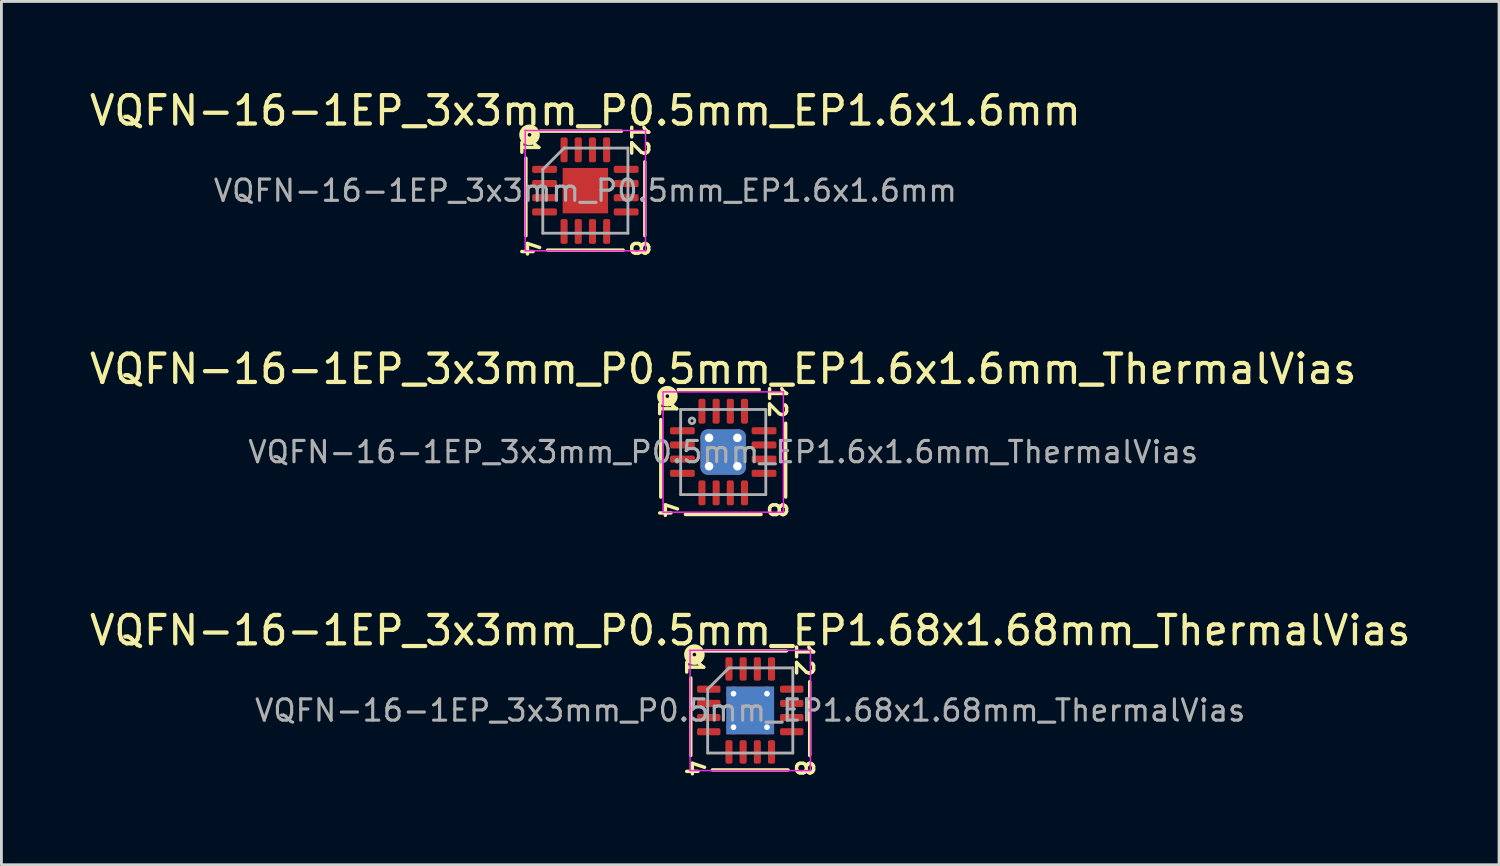
<source format=kicad_pcb>
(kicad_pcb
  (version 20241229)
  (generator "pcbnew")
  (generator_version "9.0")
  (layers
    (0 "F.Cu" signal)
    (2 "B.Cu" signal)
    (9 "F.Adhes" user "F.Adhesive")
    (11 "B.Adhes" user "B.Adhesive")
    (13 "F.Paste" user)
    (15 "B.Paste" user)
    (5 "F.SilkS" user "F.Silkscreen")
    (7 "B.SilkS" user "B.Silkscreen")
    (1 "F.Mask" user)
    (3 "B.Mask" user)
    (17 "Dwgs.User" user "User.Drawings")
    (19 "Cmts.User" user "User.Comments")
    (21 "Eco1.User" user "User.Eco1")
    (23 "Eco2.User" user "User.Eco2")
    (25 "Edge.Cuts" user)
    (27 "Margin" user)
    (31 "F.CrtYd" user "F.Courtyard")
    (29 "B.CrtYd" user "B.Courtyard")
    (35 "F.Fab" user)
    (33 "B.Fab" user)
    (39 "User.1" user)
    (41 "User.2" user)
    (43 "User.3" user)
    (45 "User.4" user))
  (footprint "VQFN-16-1EP_3x3mm_P0.5mm_EP1.6x1.6mm"
    (layer "F.Cu")
    (at 17.577 3.668)
    (property "Reference" "VQFN-16-1EP_3x3mm_P0.5mm_EP1.6x1.6mm" (at 0 -2.82 0) (layer "F.SilkS") (effects (font (size 1 1) (thickness 0.15))))
    (attr smd)
    (fp_line (start -2.095 1.587) (end -2.095 -1.143) (stroke (width 0.12) (type solid)) (layer "F.SilkS"))
    (fp_line (start -1.587 -2.095) (end 1.27 -2.095) (stroke (width 0.12) (type solid)) (layer "F.SilkS"))
    (fp_line (start 1.333 2.095) (end -1.333 2.095) (stroke (width 0.12) (type solid)) (layer "F.SilkS"))
    (fp_line (start 2.095 -1.016) (end 2.095 1.587) (stroke (width 0.12) (type solid)) (layer "F.SilkS"))
    (fp_circle (center -1.968 -1.968) (end -1.905 -1.968) (stroke (width 0.3) (type solid)) (fill no) (layer "F.SilkS"))
    (fp_line (start -2.12 -2.12) (end -2.12 2.12) (stroke (width 0.05) (type solid)) (layer "F.CrtYd"))
    (fp_line (start -2.12 2.12) (end 2.12 2.12) (stroke (width 0.05) (type solid)) (layer "F.CrtYd"))
    (fp_line (start 2.12 -2.12) (end -2.12 -2.12) (stroke (width 0.05) (type solid)) (layer "F.CrtYd"))
    (fp_line (start 2.12 2.12) (end 2.12 -2.12) (stroke (width 0.05) (type solid)) (layer "F.CrtYd"))
    (fp_line (start -1.5 -0.75) (end -0.75 -1.5) (stroke (width 0.1) (type solid)) (layer "F.Fab"))
    (fp_line (start -1.5 1.5) (end -1.5 -0.75) (stroke (width 0.1) (type solid)) (layer "F.Fab"))
    (fp_line (start -0.75 -1.5) (end 1.5 -1.5) (stroke (width 0.1) (type solid)) (layer "F.Fab"))
    (fp_line (start 1.5 -1.5) (end 1.5 1.5) (stroke (width 0.1) (type solid)) (layer "F.Fab"))
    (fp_line (start 1.5 1.5) (end -1.5 1.5) (stroke (width 0.1) (type solid)) (layer "F.Fab"))
    (fp_text user "4" (at -1.968 2.032 270) (unlocked yes) (layer "F.SilkS") (effects (font (size 0.6 0.6) (thickness 0.12))))
    (fp_text user "12" (at 1.905 -1.778 270) (unlocked yes) (layer "F.SilkS") (effects (font (size 0.6 0.6) (thickness 0.12))))
    (fp_text user "1" (at -1.968 -1.524 270) (unlocked yes) (layer "F.SilkS") (effects (font (size 0.6 0.6) (thickness 0.12))))
    (fp_text user "8" (at 1.905 2.032 270) (unlocked yes) (layer "F.SilkS") (effects (font (size 0.6 0.6) (thickness 0.12))))
    (fp_text user "${REFERENCE}" (at 0 0 0) (layer "F.Fab") (effects (font (size 0.75 0.75) (thickness 0.11))))
    (pad "" smd roundrect (at -0.4 -0.4) (size 0.64 0.64) (layers "F.Paste") (roundrect_rratio 0.25))
    (pad "" smd roundrect (at -0.4 0.4) (size 0.64 0.64) (layers "F.Paste") (roundrect_rratio 0.25))
    (pad "" smd roundrect (at 0.4 -0.4) (size 0.64 0.64) (layers "F.Paste") (roundrect_rratio 0.25))
    (pad "" smd roundrect (at 0.4 0.4) (size 0.64 0.64) (layers "F.Paste") (roundrect_rratio 0.25))
    (pad "1" smd roundrect (at -1.438 -0.75) (size 0.875 0.25) (layers "F.Cu" "F.Mask" "F.Paste") (roundrect_rratio 0.25))
    (pad "2" smd roundrect (at -1.438 -0.25) (size 0.875 0.25) (layers "F.Cu" "F.Mask" "F.Paste") (roundrect_rratio 0.25))
    (pad "3" smd roundrect (at -1.438 0.25) (size 0.875 0.25) (layers "F.Cu" "F.Mask" "F.Paste") (roundrect_rratio 0.25))
    (pad "4" smd roundrect (at -1.438 0.75) (size 0.875 0.25) (layers "F.Cu" "F.Mask" "F.Paste") (roundrect_rratio 0.25))
    (pad "5" smd roundrect (at -0.75 1.438) (size 0.25 0.875) (layers "F.Cu" "F.Mask" "F.Paste") (roundrect_rratio 0.25))
    (pad "6" smd roundrect (at -0.25 1.438) (size 0.25 0.875) (layers "F.Cu" "F.Mask" "F.Paste") (roundrect_rratio 0.25))
    (pad "7" smd roundrect (at 0.25 1.438) (size 0.25 0.875) (layers "F.Cu" "F.Mask" "F.Paste") (roundrect_rratio 0.25))
    (pad "8" smd roundrect (at 0.75 1.438) (size 0.25 0.875) (layers "F.Cu" "F.Mask" "F.Paste") (roundrect_rratio 0.25))
    (pad "9" smd roundrect (at 1.438 0.75) (size 0.875 0.25) (layers "F.Cu" "F.Mask" "F.Paste") (roundrect_rratio 0.25))
    (pad "10" smd roundrect (at 1.438 0.25) (size 0.875 0.25) (layers "F.Cu" "F.Mask" "F.Paste") (roundrect_rratio 0.25))
    (pad "11" smd roundrect (at 1.438 -0.25) (size 0.875 0.25) (layers "F.Cu" "F.Mask" "F.Paste") (roundrect_rratio 0.25))
    (pad "12" smd roundrect (at 1.438 -0.75) (size 0.875 0.25) (layers "F.Cu" "F.Mask" "F.Paste") (roundrect_rratio 0.25))
    (pad "13" smd roundrect (at 0.75 -1.438) (size 0.25 0.875) (layers "F.Cu" "F.Mask" "F.Paste") (roundrect_rratio 0.25))
    (pad "14" smd roundrect (at 0.25 -1.438) (size 0.25 0.875) (layers "F.Cu" "F.Mask" "F.Paste") (roundrect_rratio 0.25))
    (pad "15" smd roundrect (at -0.25 -1.438) (size 0.25 0.875) (layers "F.Cu" "F.Mask" "F.Paste") (roundrect_rratio 0.25))
    (pad "16" smd roundrect (at -0.75 -1.438) (size 0.25 0.875) (layers "F.Cu" "F.Mask" "F.Paste") (roundrect_rratio 0.25))
    (pad "17" smd rect (at 0 0) (size 1.6 1.6) (layers "F.Cu" "F.Mask")))
  (footprint "VQFN-16-1EP_3x3mm_P0.5mm_EP1.68x1.68mm_ThermalVias"
    (layer "F.Cu")
    (at 23.387 21.985)
    (property "Reference" "VQFN-16-1EP_3x3mm_P0.5mm_EP1.68x1.68mm_ThermalVias" (at 0 -2.82 0) (layer "F.SilkS") (effects (font (size 1 1) (thickness 0.15))))
    (attr smd)
    (fp_line (start -2.095 1.587) (end -2.095 -1.143) (stroke (width 0.12) (type solid)) (layer "F.SilkS"))
    (fp_line (start -1.587 -2.095) (end 1.27 -2.095) (stroke (width 0.12) (type solid)) (layer "F.SilkS"))
    (fp_line (start 1.333 2.095) (end -1.333 2.095) (stroke (width 0.12) (type solid)) (layer "F.SilkS"))
    (fp_line (start 2.095 -1.016) (end 2.095 1.587) (stroke (width 0.12) (type solid)) (layer "F.SilkS"))
    (fp_circle (center -1.968 -1.968) (end -1.905 -1.968) (stroke (width 0.3) (type solid)) (fill no) (layer "F.SilkS"))
    (fp_line (start -2.12 -2.12) (end -2.12 2.12) (stroke (width 0.05) (type solid)) (layer "F.CrtYd"))
    (fp_line (start -2.12 2.12) (end 2.12 2.12) (stroke (width 0.05) (type solid)) (layer "F.CrtYd"))
    (fp_line (start 2.12 -2.12) (end -2.12 -2.12) (stroke (width 0.05) (type solid)) (layer "F.CrtYd"))
    (fp_line (start 2.12 2.12) (end 2.12 -2.12) (stroke (width 0.05) (type solid)) (layer "F.CrtYd"))
    (fp_line (start -1.5 -0.75) (end -0.75 -1.5) (stroke (width 0.1) (type solid)) (layer "F.Fab"))
    (fp_line (start -1.5 1.5) (end -1.5 -0.75) (stroke (width 0.1) (type solid)) (layer "F.Fab"))
    (fp_line (start -0.75 -1.5) (end 1.5 -1.5) (stroke (width 0.1) (type solid)) (layer "F.Fab"))
    (fp_line (start 1.5 -1.5) (end 1.5 1.5) (stroke (width 0.1) (type solid)) (layer "F.Fab"))
    (fp_line (start 1.5 1.5) (end -1.5 1.5) (stroke (width 0.1) (type solid)) (layer "F.Fab"))
    (fp_text user "1" (at -1.968 -1.524 270) (unlocked yes) (layer "F.SilkS") (effects (font (size 0.6 0.6) (thickness 0.12))))
    (fp_text user "4" (at -1.968 2.032 270) (unlocked yes) (layer "F.SilkS") (effects (font (size 0.6 0.6) (thickness 0.12))))
    (fp_text user "8" (at 1.905 2.032 270) (unlocked yes) (layer "F.SilkS") (effects (font (size 0.6 0.6) (thickness 0.12))))
    (fp_text user "12" (at 1.905 -1.778 270) (unlocked yes) (layer "F.SilkS") (effects (font (size 0.6 0.6) (thickness 0.12))))
    (fp_text user "${REFERENCE}" (at 0 0 0) (layer "F.Fab") (effects (font (size 0.75 0.75) (thickness 0.11))))
    (pad "" smd roundrect (at -0.42 -0.42) (size 0.73 0.73) (layers "F.Paste") (roundrect_rratio 0.25))
    (pad "" smd roundrect (at -0.42 0.42) (size 0.73 0.73) (layers "F.Paste") (roundrect_rratio 0.25))
    (pad "" smd roundrect (at 0.42 -0.42) (size 0.73 0.73) (layers "F.Paste") (roundrect_rratio 0.25))
    (pad "" smd roundrect (at 0.42 0.42) (size 0.73 0.73) (layers "F.Paste") (roundrect_rratio 0.25))
    (pad "1" smd roundrect (at -1.462 -0.75) (size 0.825 0.25) (layers "F.Cu" "F.Mask" "F.Paste") (roundrect_rratio 0.25))
    (pad "2" smd roundrect (at -1.462 -0.25) (size 0.825 0.25) (layers "F.Cu" "F.Mask" "F.Paste") (roundrect_rratio 0.25))
    (pad "3" smd roundrect (at -1.462 0.25) (size 0.825 0.25) (layers "F.Cu" "F.Mask" "F.Paste") (roundrect_rratio 0.25))
    (pad "4" smd roundrect (at -1.462 0.75) (size 0.825 0.25) (layers "F.Cu" "F.Mask" "F.Paste") (roundrect_rratio 0.25))
    (pad "5" smd roundrect (at -0.75 1.462) (size 0.25 0.825) (layers "F.Cu" "F.Mask" "F.Paste") (roundrect_rratio 0.25))
    (pad "6" smd roundrect (at -0.25 1.462) (size 0.25 0.825) (layers "F.Cu" "F.Mask" "F.Paste") (roundrect_rratio 0.25))
    (pad "7" smd roundrect (at 0.25 1.462) (size 0.25 0.825) (layers "F.Cu" "F.Mask" "F.Paste") (roundrect_rratio 0.25))
    (pad "8" smd roundrect (at 0.75 1.462) (size 0.25 0.825) (layers "F.Cu" "F.Mask" "F.Paste") (roundrect_rratio 0.25))
    (pad "9" smd roundrect (at 1.462 0.75) (size 0.825 0.25) (layers "F.Cu" "F.Mask" "F.Paste") (roundrect_rratio 0.25))
    (pad "10" smd roundrect (at 1.462 0.25) (size 0.825 0.25) (layers "F.Cu" "F.Mask" "F.Paste") (roundrect_rratio 0.25))
    (pad "11" smd roundrect (at 1.462 -0.25) (size 0.825 0.25) (layers "F.Cu" "F.Mask" "F.Paste") (roundrect_rratio 0.25))
    (pad "12" smd roundrect (at 1.462 -0.75) (size 0.825 0.25) (layers "F.Cu" "F.Mask" "F.Paste") (roundrect_rratio 0.25))
    (pad "13" smd roundrect (at 0.75 -1.462) (size 0.25 0.825) (layers "F.Cu" "F.Mask" "F.Paste") (roundrect_rratio 0.25))
    (pad "14" smd roundrect (at 0.25 -1.462) (size 0.25 0.825) (layers "F.Cu" "F.Mask" "F.Paste") (roundrect_rratio 0.25))
    (pad "15" smd roundrect (at -0.25 -1.462) (size 0.25 0.825) (layers "F.Cu" "F.Mask" "F.Paste") (roundrect_rratio 0.25))
    (pad "16" smd roundrect (at -0.75 -1.462) (size 0.25 0.825) (layers "F.Cu" "F.Mask" "F.Paste") (roundrect_rratio 0.25))
    (pad "17" thru_hole circle (at -0.59 -0.59) (size 0.5 0.5) (drill 0.2) (layers "*.Cu"))
    (pad "17" thru_hole circle (at -0.59 0.59) (size 0.5 0.5) (drill 0.2) (layers "*.Cu"))
    (pad "17" smd rect (at 0 0) (size 1.68 1.68) (layers "F.Cu" "F.Mask"))
    (pad "17" smd rect (at 0 0) (size 1.68 1.68) (layers "B.Cu" "B.Mask"))
    (pad "17" thru_hole circle (at 0.59 -0.59) (size 0.5 0.5) (drill 0.2) (layers "*.Cu"))
    (pad "17" thru_hole circle (at 0.59 0.59) (size 0.5 0.5) (drill 0.2) (layers "*.Cu")))
  (footprint "VQFN-16-1EP_3x3mm_P0.5mm_EP1.6x1.6mm_ThermalVias"
    (layer "F.Cu")
    (at 22.435 12.879)
    (property "Reference" "VQFN-16-1EP_3x3mm_P0.5mm_EP1.6x1.6mm_ThermalVias" (at 0 -2.925 0) (layer "F.SilkS") (effects (font (size 1 1) (thickness 0.15))))
    (attr smd)
    (fp_line (start -2.2 1.587) (end -2.2 -1.143) (stroke (width 0.12) (type solid)) (layer "F.SilkS"))
    (fp_line (start -1.587 -2.2) (end 1.27 -2.2) (stroke (width 0.12) (type solid)) (layer "F.SilkS"))
    (fp_line (start 1.333 2.2) (end -1.333 2.2) (stroke (width 0.12) (type solid)) (layer "F.SilkS"))
    (fp_line (start 2.2 -1.016) (end 2.2 1.587) (stroke (width 0.12) (type solid)) (layer "F.SilkS"))
    (fp_circle (center -1.968 -1.968) (end -1.905 -1.968) (stroke (width 0.3) (type solid)) (fill no) (layer "F.SilkS"))
    (fp_line (start -2.12 -2.12) (end -2.12 2.12) (stroke (width 0.05) (type solid)) (layer "F.CrtYd"))
    (fp_line (start -2.12 2.12) (end 2.12 2.12) (stroke (width 0.05) (type solid)) (layer "F.CrtYd"))
    (fp_line (start 2.12 -2.12) (end -2.12 -2.12) (stroke (width 0.05) (type solid)) (layer "F.CrtYd"))
    (fp_line (start 2.12 2.12) (end 2.12 -2.12) (stroke (width 0.05) (type solid)) (layer "F.CrtYd"))
    (fp_line (start -1.5 -1.5) (end 1.5 -1.5) (stroke (width 0.1) (type solid)) (layer "F.Fab"))
    (fp_line (start -1.5 1.5) (end -1.5 -1.5) (stroke (width 0.1) (type solid)) (layer "F.Fab"))
    (fp_line (start 1.5 -1.5) (end 1.5 1.5) (stroke (width 0.1) (type solid)) (layer "F.Fab"))
    (fp_line (start 1.5 1.5) (end -1.5 1.5) (stroke (width 0.1) (type solid)) (layer "F.Fab"))
    (fp_circle (center -1.1 -1.1) (end -1 -1.1) (stroke (width 0.1) (type solid)) (fill no) (layer "F.Fab"))
    (fp_text user "4" (at -1.968 2.032 270) (unlocked yes) (layer "F.SilkS") (effects (font (size 0.6 0.6) (thickness 0.12))))
    (fp_text user "8" (at 1.905 2.032 270) (unlocked yes) (layer "F.SilkS") (effects (font (size 0.6 0.6) (thickness 0.12))))
    (fp_text user "1" (at -1.968 -1.524 270) (unlocked yes) (layer "F.SilkS") (effects (font (size 0.6 0.6) (thickness 0.12))))
    (fp_text user "12" (at 1.905 -1.778 270) (unlocked yes) (layer "F.SilkS") (effects (font (size 0.6 0.6) (thickness 0.12))))
    (fp_text user "${REFERENCE}" (at 0 0 0) (layer "F.Fab") (effects (font (size 0.75 0.75) (thickness 0.11))))
    (pad "" smd roundrect (at -0.4 -0.4) (size 0.69 0.69) (layers "F.Paste") (roundrect_rratio 0.25))
    (pad "" smd roundrect (at -0.4 0.4) (size 0.69 0.69) (layers "F.Paste") (roundrect_rratio 0.25))
    (pad "" smd roundrect (at 0.4 -0.4) (size 0.69 0.69) (layers "F.Paste") (roundrect_rratio 0.25))
    (pad "" smd roundrect (at 0.4 0.4) (size 0.69 0.69) (layers "F.Paste") (roundrect_rratio 0.25))
    (pad "1" smd roundrect (at -1.438 -0.75) (size 0.875 0.25) (layers "F.Cu" "F.Mask" "F.Paste") (roundrect_rratio 0.25))
    (pad "2" smd roundrect (at -1.438 -0.25) (size 0.875 0.25) (layers "F.Cu" "F.Mask" "F.Paste") (roundrect_rratio 0.25))
    (pad "3" smd roundrect (at -1.438 0.25) (size 0.875 0.25) (layers "F.Cu" "F.Mask" "F.Paste") (roundrect_rratio 0.25))
    (pad "4" smd roundrect (at -1.438 0.75) (size 0.875 0.25) (layers "F.Cu" "F.Mask" "F.Paste") (roundrect_rratio 0.25))
    (pad "5" smd roundrect (at -0.75 1.438) (size 0.25 0.875) (layers "F.Cu" "F.Mask" "F.Paste") (roundrect_rratio 0.25))
    (pad "6" smd roundrect (at -0.25 1.438) (size 0.25 0.875) (layers "F.Cu" "F.Mask" "F.Paste") (roundrect_rratio 0.25))
    (pad "7" smd roundrect (at 0.25 1.438) (size 0.25 0.875) (layers "F.Cu" "F.Mask" "F.Paste") (roundrect_rratio 0.25))
    (pad "8" smd roundrect (at 0.75 1.438) (size 0.25 0.875) (layers "F.Cu" "F.Mask" "F.Paste") (roundrect_rratio 0.25))
    (pad "9" smd roundrect (at 1.438 0.75) (size 0.875 0.25) (layers "F.Cu" "F.Mask" "F.Paste") (roundrect_rratio 0.25))
    (pad "10" smd roundrect (at 1.438 0.25) (size 0.875 0.25) (layers "F.Cu" "F.Mask" "F.Paste") (roundrect_rratio 0.25))
    (pad "11" smd roundrect (at 1.438 -0.25) (size 0.875 0.25) (layers "F.Cu" "F.Mask" "F.Paste") (roundrect_rratio 0.25))
    (pad "12" smd roundrect (at 1.438 -0.75) (size 0.875 0.25) (layers "F.Cu" "F.Mask" "F.Paste") (roundrect_rratio 0.25))
    (pad "13" smd roundrect (at 0.75 -1.438) (size 0.25 0.875) (layers "F.Cu" "F.Mask" "F.Paste") (roundrect_rratio 0.25))
    (pad "14" smd roundrect (at 0.25 -1.438) (size 0.25 0.875) (layers "F.Cu" "F.Mask" "F.Paste") (roundrect_rratio 0.25))
    (pad "15" smd roundrect (at -0.25 -1.438) (size 0.25 0.875) (layers "F.Cu" "F.Mask" "F.Paste") (roundrect_rratio 0.25))
    (pad "16" smd roundrect (at -0.75 -1.438) (size 0.25 0.875) (layers "F.Cu" "F.Mask" "F.Paste") (roundrect_rratio 0.25))
    (pad "17" thru_hole circle (at -0.5 -0.5) (size 0.6 0.6) (drill 0.3) (property pad_prop_heatsink) (layers "*.Cu"))
    (pad "17" thru_hole circle (at -0.5 0.5) (size 0.6 0.6) (drill 0.3) (property pad_prop_heatsink) (layers "*.Cu"))
    (pad "17" smd roundrect (at 0 0) (size 1.6 1.6) (layers "F.Cu" "F.Mask") (roundrect_rratio 0.156))
    (pad "17" smd roundrect (at 0 0) (size 1.6 1.6) (layers "B.Cu" "B.Mask") (roundrect_rratio 0.156))
    (pad "17" thru_hole circle (at 0.5 -0.5) (size 0.6 0.6) (drill 0.3) (property pad_prop_heatsink) (layers "*.Cu"))
    (pad "17" thru_hole circle (at 0.5 0.5) (size 0.6 0.6) (drill 0.3) (property pad_prop_heatsink) (layers "*.Cu")))
  (gr_rect
    (start -3 -3)
    (end 49.774 27.422)
    (stroke (width 0.1) (type default))
    (fill no)
    (layer "Edge.Cuts")))
</source>
